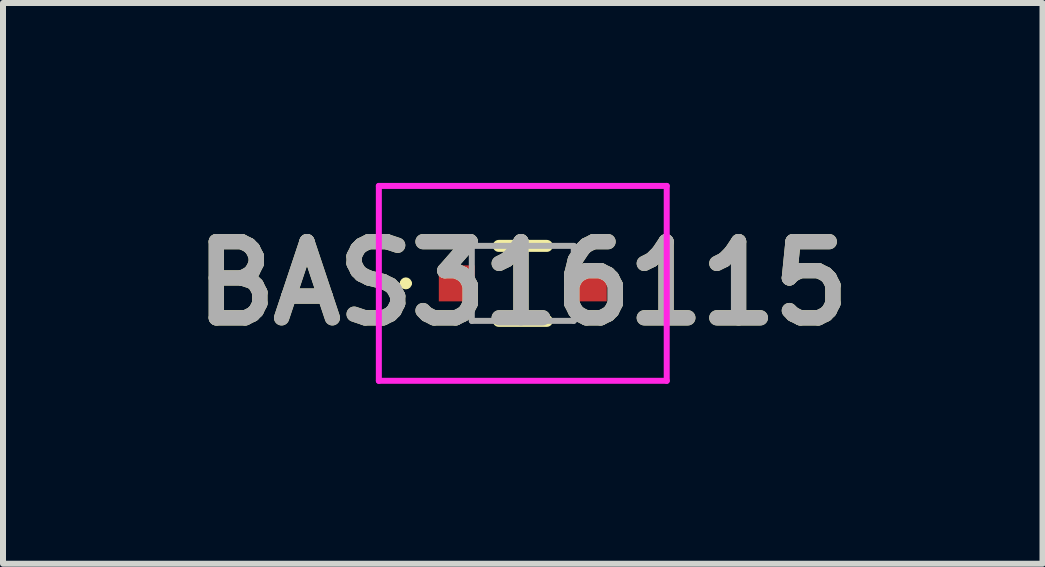
<source format=kicad_pcb>
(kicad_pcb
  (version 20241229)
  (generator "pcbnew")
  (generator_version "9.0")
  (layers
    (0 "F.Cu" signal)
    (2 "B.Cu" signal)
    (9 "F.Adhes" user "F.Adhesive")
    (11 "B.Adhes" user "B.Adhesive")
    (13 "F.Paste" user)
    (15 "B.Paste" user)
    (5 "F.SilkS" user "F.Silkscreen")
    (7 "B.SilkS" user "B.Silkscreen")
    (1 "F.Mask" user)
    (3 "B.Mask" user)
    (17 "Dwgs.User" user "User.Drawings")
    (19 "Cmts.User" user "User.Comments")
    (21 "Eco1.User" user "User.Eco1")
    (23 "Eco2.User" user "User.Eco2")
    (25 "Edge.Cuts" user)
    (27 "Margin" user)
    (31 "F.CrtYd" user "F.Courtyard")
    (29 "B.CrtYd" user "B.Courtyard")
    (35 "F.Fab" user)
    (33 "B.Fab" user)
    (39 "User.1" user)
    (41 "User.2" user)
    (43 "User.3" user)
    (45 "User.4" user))
  (footprint "BAS316115"
    (layer "F.Cu")
    (at 5.667 1.675)
    (property "Reference" "BAS316115" (at 0 0 0) (layer "F.SilkS") (effects (font (size 1.27 1.27) (thickness 0.254))))
    (attr smd)
    (fp_line (start -2 0) (end -2 0) (stroke (width 0.1) (type solid)) (layer "F.SilkS"))
    (fp_line (start -1.9 0) (end -1.9 0) (stroke (width 0.1) (type solid)) (layer "F.SilkS"))
    (fp_line (start -0.4 -0.625) (end 0.4 -0.625) (stroke (width 0.2) (type solid)) (layer "F.SilkS"))
    (fp_line (start -0.4 0.625) (end 0.4 0.625) (stroke (width 0.2) (type solid)) (layer "F.SilkS"))
    (fp_arc (start -2 0) (mid -1.95 -0.05) (end -1.9 0) (stroke (width 0.1) (type solid)) (layer "F.SilkS"))
    (fp_arc (start -1.9 0) (mid -1.95 0.05) (end -2 0) (stroke (width 0.1) (type solid)) (layer "F.SilkS"))
    (fp_line (start -2.4 -1.625) (end 2.4 -1.625) (stroke (width 0.1) (type solid)) (layer "F.CrtYd"))
    (fp_line (start -2.4 1.625) (end -2.4 -1.625) (stroke (width 0.1) (type solid)) (layer "F.CrtYd"))
    (fp_line (start 2.4 -1.625) (end 2.4 1.625) (stroke (width 0.1) (type solid)) (layer "F.CrtYd"))
    (fp_line (start 2.4 1.625) (end -2.4 1.625) (stroke (width 0.1) (type solid)) (layer "F.CrtYd"))
    (fp_line (start -0.85 -0.625) (end 0.85 -0.625) (stroke (width 0.1) (type solid)) (layer "F.Fab"))
    (fp_line (start -0.85 0.625) (end -0.85 -0.625) (stroke (width 0.1) (type solid)) (layer "F.Fab"))
    (fp_line (start 0.85 -0.625) (end 0.85 0.625) (stroke (width 0.1) (type solid)) (layer "F.Fab"))
    (fp_line (start 0.85 0.625) (end -0.85 0.625) (stroke (width 0.1) (type solid)) (layer "F.Fab"))
    (fp_text user "${REFERENCE}" (at 0 0 0) (layer "F.Fab") (effects (font (size 1.27 1.27) (thickness 0.254))))
    (pad "1" smd rect (at -1.1 0 90) (size 0.6 0.6) (layers "F.Cu" "F.Mask" "F.Paste"))
    (pad "2" smd rect (at 1.1 0 90) (size 0.6 0.6) (layers "F.Cu" "F.Mask" "F.Paste")))
  (gr_rect
    (start -3 -3)
    (end 14.333 6.35)
    (stroke (width 0.1) (type default))
    (fill no)
    (layer "Edge.Cuts")))
</source>
